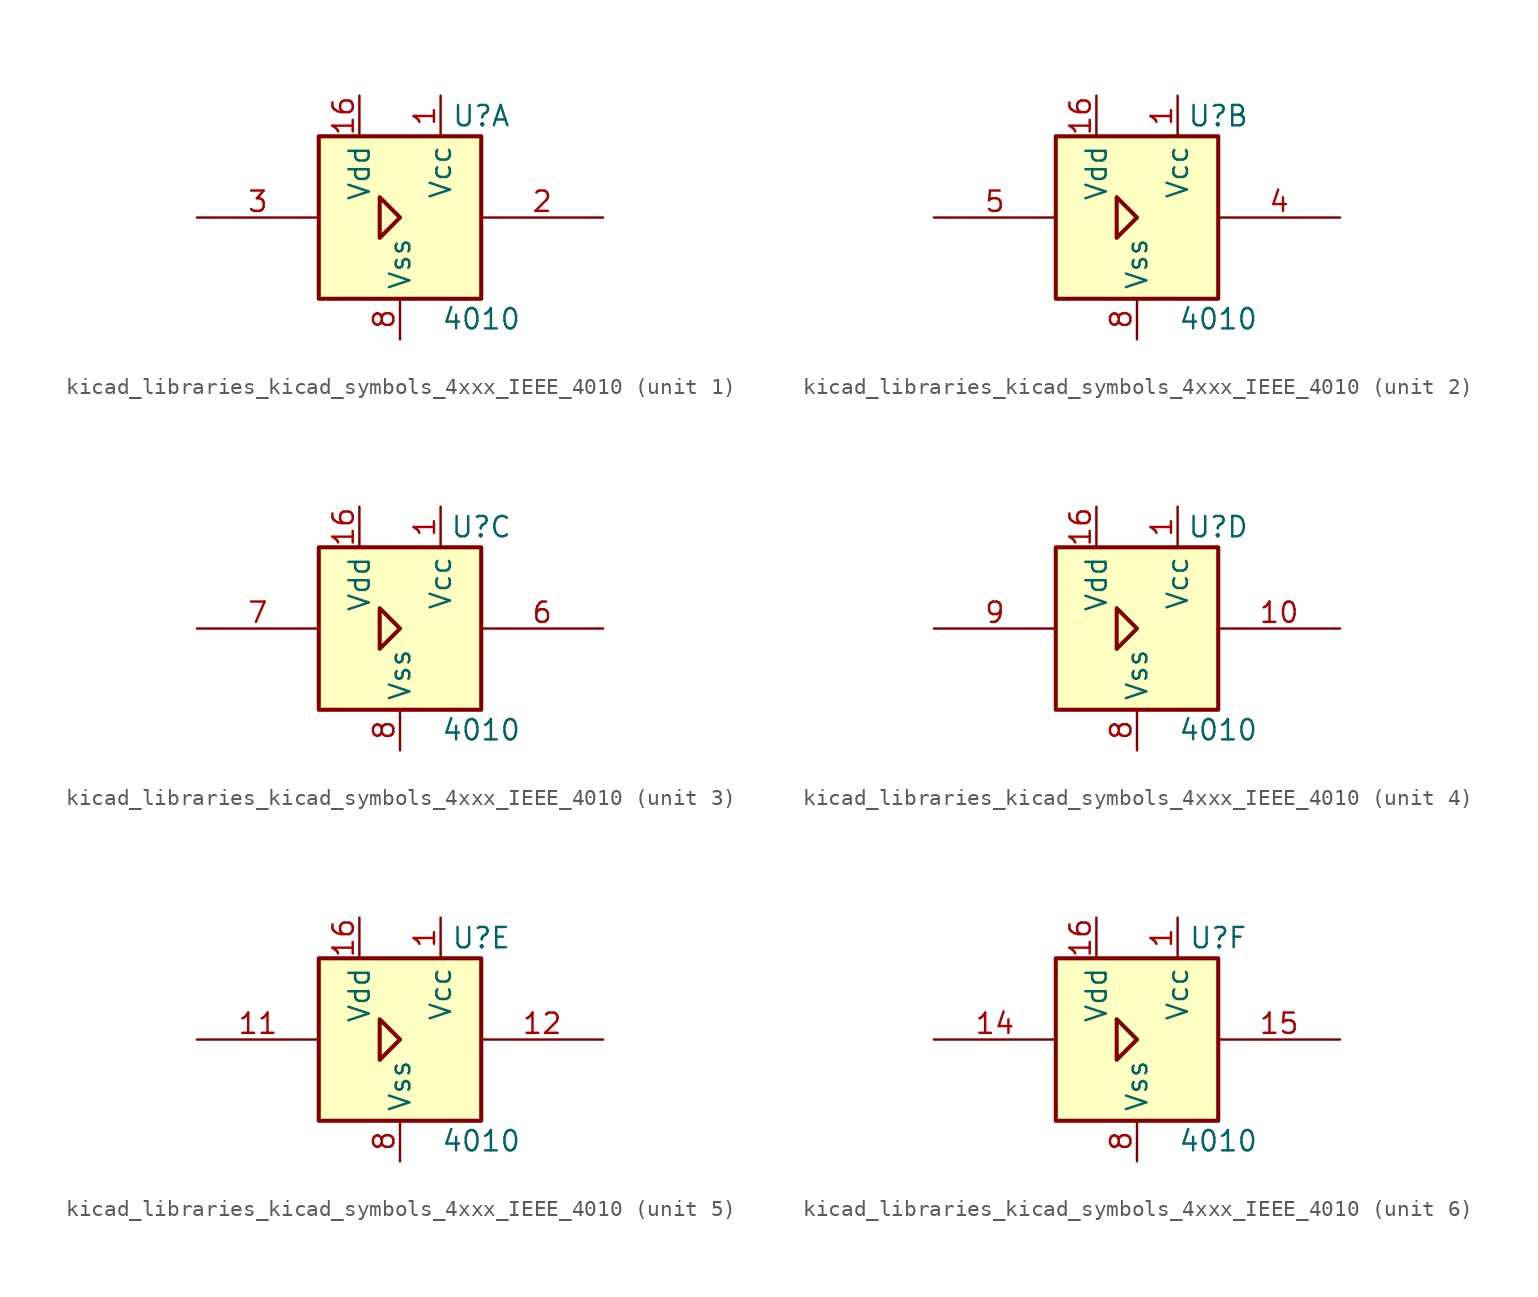
<source format=kicad_sym>
(kicad_symbol_lib
  (version 20220914)
  (generator kicad_symbol_editor)
  (symbol "kicad_libraries_kicad_symbols_4xxx_IEEE_4010"
    (property "Reference" "U"
      (at 5.08 6.35 0)
      (effects (font (size 1.27 1.27))))
    (property "Value" "4010"
      (at 5.08 -6.35 0)
      (effects (font (size 1.27 1.27))))
    (symbol "kicad_libraries_kicad_symbols_4xxx_IEEE_4010_0_0"
      (rectangle (start -5.08 5.08) (end 5.08 -5.08) (stroke (width 0.254) (type default)) (fill (type background)))
      (polyline (pts (xy -1.27 1.27) (xy -1.27 -1.27) (xy 0 0) (xy -1.27 1.27) (xy -1.27 1.27)) (stroke (width 0.254) (type default)) (fill (type background))))
    (symbol "kicad_libraries_kicad_symbols_4xxx_IEEE_4010_0_1"
      (pin power_in line (at 2.54 7.62 270) (length 2.54) (name "Vcc" (effects (font (size 1.27 1.27)))) (number "1" (effects (font (size 1.27 1.27)))))
      (pin power_in line (at -2.54 7.62 270) (length 2.54) (name "Vdd" (effects (font (size 1.27 1.27)))) (number "16" (effects (font (size 1.27 1.27)))))
      (pin power_in line (at 0 -7.62 90) (length 2.54) (name "Vss" (effects (font (size 1.27 1.27)))) (number "8" (effects (font (size 1.27 1.27))))))
    (symbol "kicad_libraries_kicad_symbols_4xxx_IEEE_4010_1_1"
      (pin output line (at 12.7 0 180) (length 7.62) (name "~" (effects (font (size 1.27 1.27)))) (number "2" (effects (font (size 1.27 1.27)))))
      (pin input line (at -12.7 0 0) (length 7.62) (name "~" (effects (font (size 1.27 1.27)))) (number "3" (effects (font (size 1.27 1.27))))))
    (symbol "kicad_libraries_kicad_symbols_4xxx_IEEE_4010_2_1"
      (pin output line (at 12.7 0 180) (length 7.62) (name "~" (effects (font (size 1.27 1.27)))) (number "4" (effects (font (size 1.27 1.27)))))
      (pin input line (at -12.7 0 0) (length 7.62) (name "~" (effects (font (size 1.27 1.27)))) (number "5" (effects (font (size 1.27 1.27))))))
    (symbol "kicad_libraries_kicad_symbols_4xxx_IEEE_4010_3_1"
      (pin output line (at 12.7 0 180) (length 7.62) (name "~" (effects (font (size 1.27 1.27)))) (number "6" (effects (font (size 1.27 1.27)))))
      (pin input line (at -12.7 0 0) (length 7.62) (name "~" (effects (font (size 1.27 1.27)))) (number "7" (effects (font (size 1.27 1.27))))))
    (symbol "kicad_libraries_kicad_symbols_4xxx_IEEE_4010_4_1"
      (pin output line (at 12.7 0 180) (length 7.62) (name "~" (effects (font (size 1.27 1.27)))) (number "10" (effects (font (size 1.27 1.27)))))
      (pin input line (at -12.7 0 0) (length 7.62) (name "~" (effects (font (size 1.27 1.27)))) (number "9" (effects (font (size 1.27 1.27))))))
    (symbol "kicad_libraries_kicad_symbols_4xxx_IEEE_4010_5_1"
      (pin input line (at -12.7 0 0) (length 7.62) (name "~" (effects (font (size 1.27 1.27)))) (number "11" (effects (font (size 1.27 1.27)))))
      (pin output line (at 12.7 0 180) (length 7.62) (name "~" (effects (font (size 1.27 1.27)))) (number "12" (effects (font (size 1.27 1.27))))))
    (symbol "kicad_libraries_kicad_symbols_4xxx_IEEE_4010_6_1"
      (pin input line (at -12.7 0 0) (length 7.62) (name "~" (effects (font (size 1.27 1.27)))) (number "14" (effects (font (size 1.27 1.27)))))
      (pin output line (at 12.7 0 180) (length 7.62) (name "~" (effects (font (size 1.27 1.27)))) (number "15" (effects (font (size 1.27 1.27))))))))
</source>
